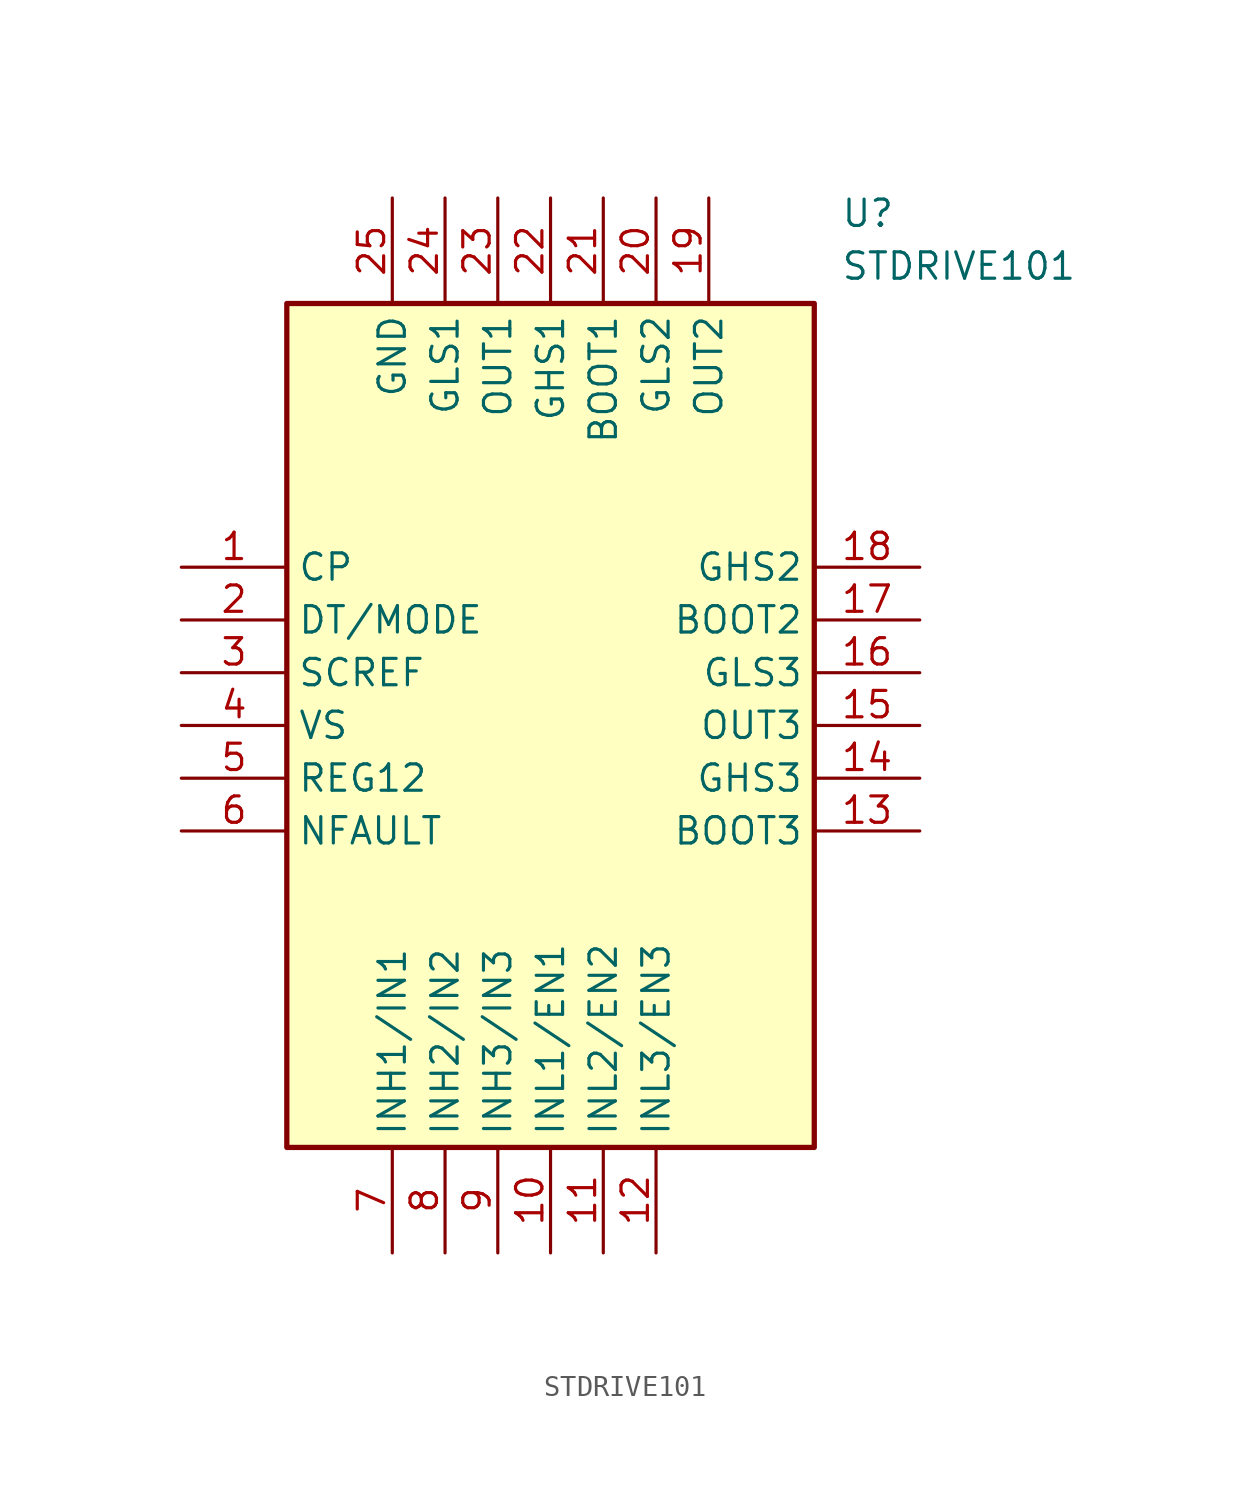
<source format=kicad_sym>
(kicad_symbol_lib
  (version 20241209)
  (generator "kicad_symbol_editor")
  (generator_version "9.0")
  (symbol "STDRIVE101"
    (property "Reference" "U"
      (at 13.97 24.13 0)
      (effects (font (size 1.27 1.27)) (justify left top)))
    (property "Value" "STDRIVE101"
      (at 13.97 21.59 0)
      (effects (font (size 1.27 1.27)) (justify left top)))
    (symbol "STDRIVE101_1_1"
      (rectangle (start -12.7 19.05) (end 12.7 -21.59) (stroke (width 0.254) (type default)) (fill (type background)))
      (pin passive line (at -17.78 6.35 0) (length 5.08) (name "CP" (effects (font (size 1.27 1.27)))) (number "1" (effects (font (size 1.27 1.27)))))
      (pin passive line (at -17.78 3.81 0) (length 5.08) (name "DT/MODE" (effects (font (size 1.27 1.27)))) (number "2" (effects (font (size 1.27 1.27)))))
      (pin passive line (at -17.78 1.27 0) (length 5.08) (name "SCREF" (effects (font (size 1.27 1.27)))) (number "3" (effects (font (size 1.27 1.27)))))
      (pin passive line (at -17.78 -1.27 0) (length 5.08) (name "VS" (effects (font (size 1.27 1.27)))) (number "4" (effects (font (size 1.27 1.27)))))
      (pin passive line (at -17.78 -3.81 0) (length 5.08) (name "REG12" (effects (font (size 1.27 1.27)))) (number "5" (effects (font (size 1.27 1.27)))))
      (pin passive line (at -17.78 -6.35 0) (length 5.08) (name "NFAULT" (effects (font (size 1.27 1.27)))) (number "6" (effects (font (size 1.27 1.27)))))
      (pin passive line (at -7.62 24.13 270) (length 5.08) (name "GND" (effects (font (size 1.27 1.27)))) (number "25" (effects (font (size 1.27 1.27)))))
      (pin passive line (at -7.62 -26.67 90) (length 5.08) (name "INH1/IN1" (effects (font (size 1.27 1.27)))) (number "7" (effects (font (size 1.27 1.27)))))
      (pin passive line (at -5.08 24.13 270) (length 5.08) (name "GLS1" (effects (font (size 1.27 1.27)))) (number "24" (effects (font (size 1.27 1.27)))))
      (pin passive line (at -5.08 -26.67 90) (length 5.08) (name "INH2/IN2" (effects (font (size 1.27 1.27)))) (number "8" (effects (font (size 1.27 1.27)))))
      (pin passive line (at -2.54 24.13 270) (length 5.08) (name "OUT1" (effects (font (size 1.27 1.27)))) (number "23" (effects (font (size 1.27 1.27)))))
      (pin passive line (at -2.54 -26.67 90) (length 5.08) (name "INH3/IN3" (effects (font (size 1.27 1.27)))) (number "9" (effects (font (size 1.27 1.27)))))
      (pin passive line (at 0 24.13 270) (length 5.08) (name "GHS1" (effects (font (size 1.27 1.27)))) (number "22" (effects (font (size 1.27 1.27)))))
      (pin passive line (at 0 -26.67 90) (length 5.08) (name "INL1/EN1" (effects (font (size 1.27 1.27)))) (number "10" (effects (font (size 1.27 1.27)))))
      (pin passive line (at 2.54 24.13 270) (length 5.08) (name "BOOT1" (effects (font (size 1.27 1.27)))) (number "21" (effects (font (size 1.27 1.27)))))
      (pin passive line (at 2.54 -26.67 90) (length 5.08) (name "INL2/EN2" (effects (font (size 1.27 1.27)))) (number "11" (effects (font (size 1.27 1.27)))))
      (pin passive line (at 5.08 24.13 270) (length 5.08) (name "GLS2" (effects (font (size 1.27 1.27)))) (number "20" (effects (font (size 1.27 1.27)))))
      (pin passive line (at 5.08 -26.67 90) (length 5.08) (name "INL3/EN3" (effects (font (size 1.27 1.27)))) (number "12" (effects (font (size 1.27 1.27)))))
      (pin passive line (at 7.62 24.13 270) (length 5.08) (name "OUT2" (effects (font (size 1.27 1.27)))) (number "19" (effects (font (size 1.27 1.27)))))
      (pin passive line (at 17.78 6.35 180) (length 5.08) (name "GHS2" (effects (font (size 1.27 1.27)))) (number "18" (effects (font (size 1.27 1.27)))))
      (pin passive line (at 17.78 3.81 180) (length 5.08) (name "BOOT2" (effects (font (size 1.27 1.27)))) (number "17" (effects (font (size 1.27 1.27)))))
      (pin passive line (at 17.78 1.27 180) (length 5.08) (name "GLS3" (effects (font (size 1.27 1.27)))) (number "16" (effects (font (size 1.27 1.27)))))
      (pin passive line (at 17.78 -1.27 180) (length 5.08) (name "OUT3" (effects (font (size 1.27 1.27)))) (number "15" (effects (font (size 1.27 1.27)))))
      (pin passive line (at 17.78 -3.81 180) (length 5.08) (name "GHS3" (effects (font (size 1.27 1.27)))) (number "14" (effects (font (size 1.27 1.27)))))
      (pin passive line (at 17.78 -6.35 180) (length 5.08) (name "BOOT3" (effects (font (size 1.27 1.27)))) (number "13" (effects (font (size 1.27 1.27))))))))
</source>
